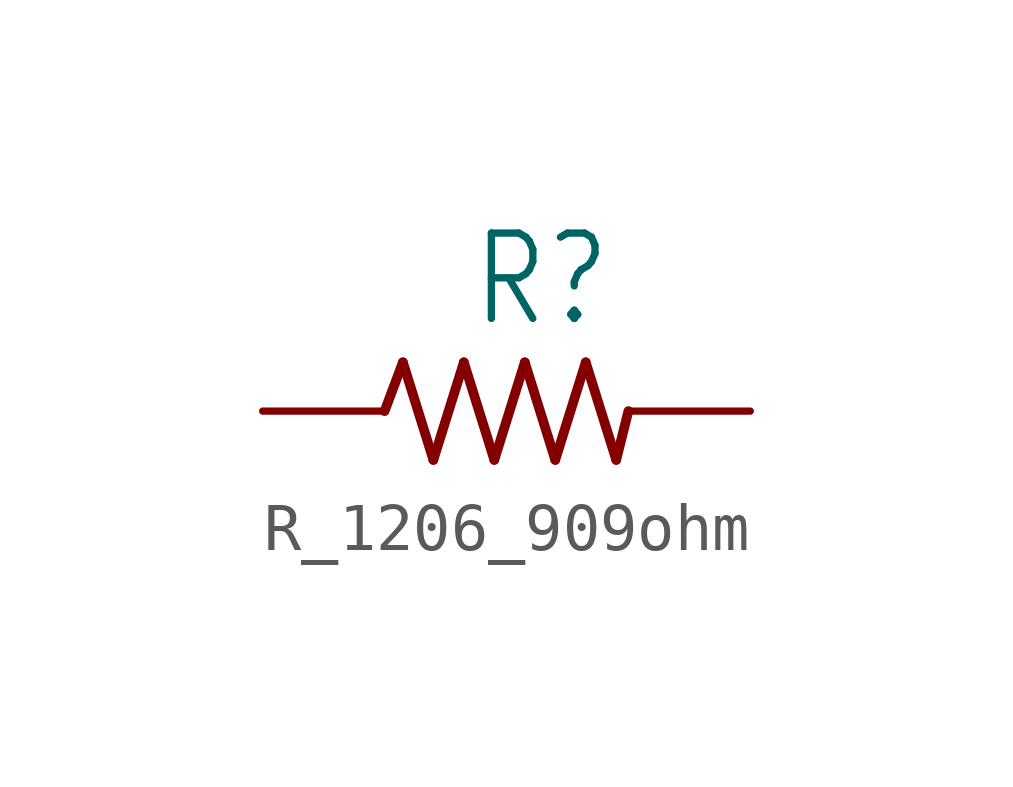
<source format=kicad_sym>
(kicad_symbol_lib
  (version 20220914)
  (generator kicad_symbol_editor)
  (symbol "R_1206_909ohm"
    (pin_numbers hide)
    (pin_names hide)
    (property "Reference" "R"
      (at -0.775 1.706 0)
      (effects (font (size 1.778 1.511)) (justify left bottom)))
    (symbol "R_1206_909ohm_1_0"
      (polyline (pts (xy -2.54 0) (xy -2.159 1.016)) (stroke (width 0.203) (type solid)) (fill (type none)))
      (polyline (pts (xy -2.159 1.016) (xy -1.524 -1.016)) (stroke (width 0.203) (type solid)) (fill (type none)))
      (polyline (pts (xy -1.524 -1.016) (xy -0.889 1.016)) (stroke (width 0.203) (type solid)) (fill (type none)))
      (polyline (pts (xy -0.889 1.016) (xy -0.254 -1.016)) (stroke (width 0.203) (type solid)) (fill (type none)))
      (polyline (pts (xy -0.254 -1.016) (xy 0.381 1.016)) (stroke (width 0.203) (type solid)) (fill (type none)))
      (polyline (pts (xy 0.381 1.016) (xy 1.016 -1.016)) (stroke (width 0.203) (type solid)) (fill (type none)))
      (polyline (pts (xy 1.016 -1.016) (xy 1.651 1.016)) (stroke (width 0.203) (type solid)) (fill (type none)))
      (polyline (pts (xy 1.651 1.016) (xy 2.286 -1.016)) (stroke (width 0.203) (type solid)) (fill (type none)))
      (polyline (pts (xy 2.286 -1.016) (xy 2.54 0)) (stroke (width 0.203) (type solid)) (fill (type none)))
      (pin passive line (at -5.08 0 0) (length 2.54) (name "1" (effects (font (size 0 0)))) (number "1" (effects (font (size 0 0)))))
      (pin passive line (at 5.08 0 180) (length 2.54) (name "2" (effects (font (size 0 0)))) (number "2" (effects (font (size 0 0))))))))
</source>
